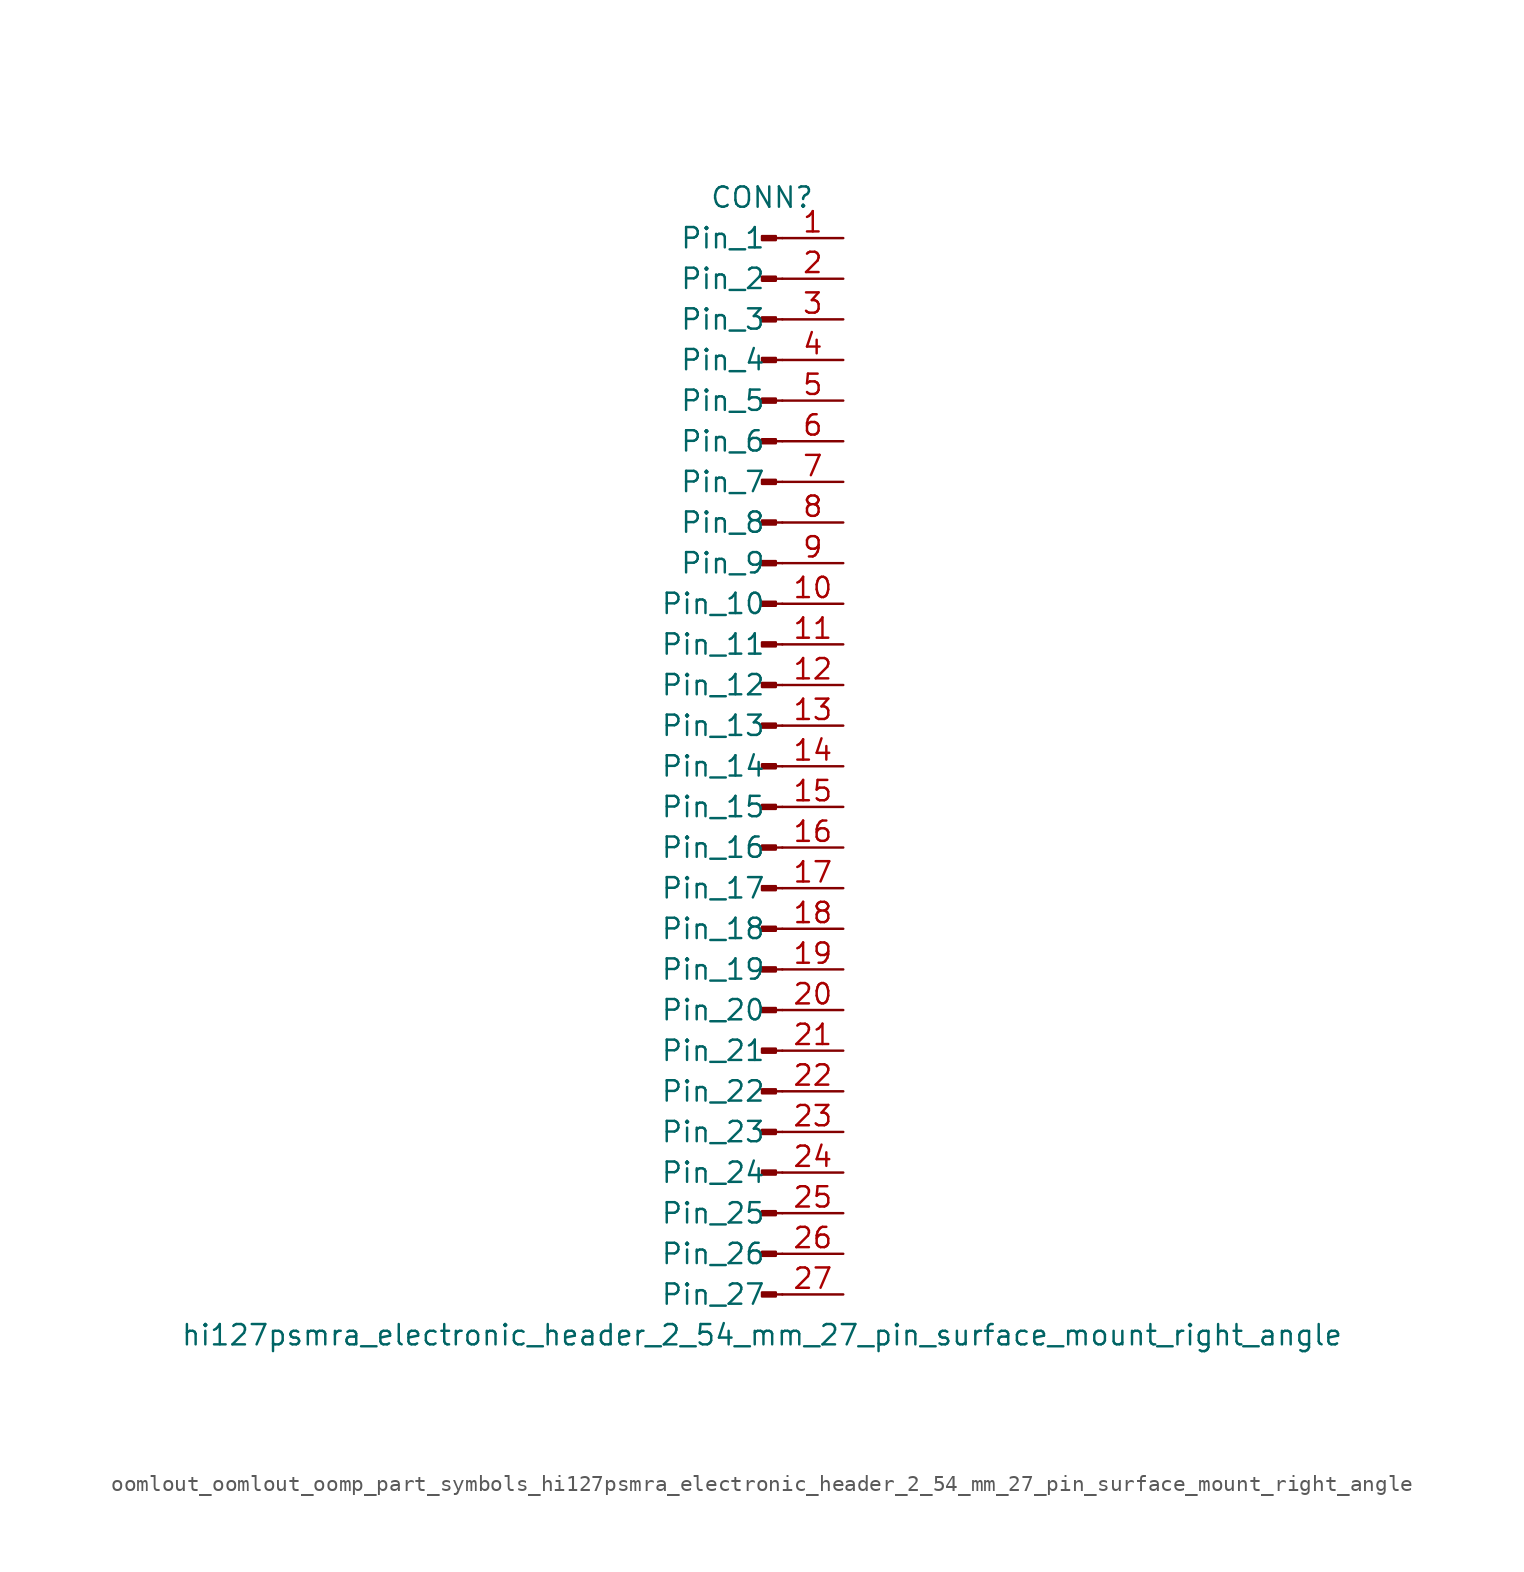
<source format=kicad_sym>
(kicad_symbol_lib
  (version 20220914)
  (generator kicad_symbol_editor)
  (symbol "oomlout_oomlout_oomp_part_symbols_hi127psmra_electronic_header_2_54_mm_27_pin_surface_mount_right_angle"
    (pin_names
      (offset 1.016))
    (property "Reference" "CONN"
      (at 0 35.56 0)
      (effects (font (size 1.27 1.27))))
    (property "Value" "hi127psmra_electronic_header_2_54_mm_27_pin_surface_mount_right_angle"
      (at 0 -35.56 0)
      (effects (font (size 1.27 1.27))))
    (property "ki_locked" ""
      (at 0 0 0)
      (effects (font (size 1.27 1.27))))
    (symbol "oomlout_oomlout_oomp_part_symbols_hi127psmra_electronic_header_2_54_mm_27_pin_surface_mount_right_angle_1_1"
      (polyline (pts (xy 1.27 -33.02) (xy 0.864 -33.02)) (stroke (width 0.152) (type default)) (fill (type none)))
      (polyline (pts (xy 1.27 -30.48) (xy 0.864 -30.48)) (stroke (width 0.152) (type default)) (fill (type none)))
      (polyline (pts (xy 1.27 -27.94) (xy 0.864 -27.94)) (stroke (width 0.152) (type default)) (fill (type none)))
      (polyline (pts (xy 1.27 -25.4) (xy 0.864 -25.4)) (stroke (width 0.152) (type default)) (fill (type none)))
      (polyline (pts (xy 1.27 -22.86) (xy 0.864 -22.86)) (stroke (width 0.152) (type default)) (fill (type none)))
      (polyline (pts (xy 1.27 -20.32) (xy 0.864 -20.32)) (stroke (width 0.152) (type default)) (fill (type none)))
      (polyline (pts (xy 1.27 -17.78) (xy 0.864 -17.78)) (stroke (width 0.152) (type default)) (fill (type none)))
      (polyline (pts (xy 1.27 -15.24) (xy 0.864 -15.24)) (stroke (width 0.152) (type default)) (fill (type none)))
      (polyline (pts (xy 1.27 -12.7) (xy 0.864 -12.7)) (stroke (width 0.152) (type default)) (fill (type none)))
      (polyline (pts (xy 1.27 -10.16) (xy 0.864 -10.16)) (stroke (width 0.152) (type default)) (fill (type none)))
      (polyline (pts (xy 1.27 -7.62) (xy 0.864 -7.62)) (stroke (width 0.152) (type default)) (fill (type none)))
      (polyline (pts (xy 1.27 -5.08) (xy 0.864 -5.08)) (stroke (width 0.152) (type default)) (fill (type none)))
      (polyline (pts (xy 1.27 -2.54) (xy 0.864 -2.54)) (stroke (width 0.152) (type default)) (fill (type none)))
      (polyline (pts (xy 1.27 0) (xy 0.864 0)) (stroke (width 0.152) (type default)) (fill (type none)))
      (polyline (pts (xy 1.27 2.54) (xy 0.864 2.54)) (stroke (width 0.152) (type default)) (fill (type none)))
      (polyline (pts (xy 1.27 5.08) (xy 0.864 5.08)) (stroke (width 0.152) (type default)) (fill (type none)))
      (polyline (pts (xy 1.27 7.62) (xy 0.864 7.62)) (stroke (width 0.152) (type default)) (fill (type none)))
      (polyline (pts (xy 1.27 10.16) (xy 0.864 10.16)) (stroke (width 0.152) (type default)) (fill (type none)))
      (polyline (pts (xy 1.27 12.7) (xy 0.864 12.7)) (stroke (width 0.152) (type default)) (fill (type none)))
      (polyline (pts (xy 1.27 15.24) (xy 0.864 15.24)) (stroke (width 0.152) (type default)) (fill (type none)))
      (polyline (pts (xy 1.27 17.78) (xy 0.864 17.78)) (stroke (width 0.152) (type default)) (fill (type none)))
      (polyline (pts (xy 1.27 20.32) (xy 0.864 20.32)) (stroke (width 0.152) (type default)) (fill (type none)))
      (polyline (pts (xy 1.27 22.86) (xy 0.864 22.86)) (stroke (width 0.152) (type default)) (fill (type none)))
      (polyline (pts (xy 1.27 25.4) (xy 0.864 25.4)) (stroke (width 0.152) (type default)) (fill (type none)))
      (polyline (pts (xy 1.27 27.94) (xy 0.864 27.94)) (stroke (width 0.152) (type default)) (fill (type none)))
      (polyline (pts (xy 1.27 30.48) (xy 0.864 30.48)) (stroke (width 0.152) (type default)) (fill (type none)))
      (polyline (pts (xy 1.27 33.02) (xy 0.864 33.02)) (stroke (width 0.152) (type default)) (fill (type none)))
      (rectangle (start 0.864 -32.893) (end 0 -33.147) (stroke (width 0.152) (type default)) (fill (type outline)))
      (rectangle (start 0.864 -30.353) (end 0 -30.607) (stroke (width 0.152) (type default)) (fill (type outline)))
      (rectangle (start 0.864 -27.813) (end 0 -28.067) (stroke (width 0.152) (type default)) (fill (type outline)))
      (rectangle (start 0.864 -25.273) (end 0 -25.527) (stroke (width 0.152) (type default)) (fill (type outline)))
      (rectangle (start 0.864 -22.733) (end 0 -22.987) (stroke (width 0.152) (type default)) (fill (type outline)))
      (rectangle (start 0.864 -20.193) (end 0 -20.447) (stroke (width 0.152) (type default)) (fill (type outline)))
      (rectangle (start 0.864 -17.653) (end 0 -17.907) (stroke (width 0.152) (type default)) (fill (type outline)))
      (rectangle (start 0.864 -15.113) (end 0 -15.367) (stroke (width 0.152) (type default)) (fill (type outline)))
      (rectangle (start 0.864 -12.573) (end 0 -12.827) (stroke (width 0.152) (type default)) (fill (type outline)))
      (rectangle (start 0.864 -10.033) (end 0 -10.287) (stroke (width 0.152) (type default)) (fill (type outline)))
      (rectangle (start 0.864 -7.493) (end 0 -7.747) (stroke (width 0.152) (type default)) (fill (type outline)))
      (rectangle (start 0.864 -4.953) (end 0 -5.207) (stroke (width 0.152) (type default)) (fill (type outline)))
      (rectangle (start 0.864 -2.413) (end 0 -2.667) (stroke (width 0.152) (type default)) (fill (type outline)))
      (rectangle (start 0.864 0.127) (end 0 -0.127) (stroke (width 0.152) (type default)) (fill (type outline)))
      (rectangle (start 0.864 2.667) (end 0 2.413) (stroke (width 0.152) (type default)) (fill (type outline)))
      (rectangle (start 0.864 5.207) (end 0 4.953) (stroke (width 0.152) (type default)) (fill (type outline)))
      (rectangle (start 0.864 7.747) (end 0 7.493) (stroke (width 0.152) (type default)) (fill (type outline)))
      (rectangle (start 0.864 10.287) (end 0 10.033) (stroke (width 0.152) (type default)) (fill (type outline)))
      (rectangle (start 0.864 12.827) (end 0 12.573) (stroke (width 0.152) (type default)) (fill (type outline)))
      (rectangle (start 0.864 15.367) (end 0 15.113) (stroke (width 0.152) (type default)) (fill (type outline)))
      (rectangle (start 0.864 17.907) (end 0 17.653) (stroke (width 0.152) (type default)) (fill (type outline)))
      (rectangle (start 0.864 20.447) (end 0 20.193) (stroke (width 0.152) (type default)) (fill (type outline)))
      (rectangle (start 0.864 22.987) (end 0 22.733) (stroke (width 0.152) (type default)) (fill (type outline)))
      (rectangle (start 0.864 25.527) (end 0 25.273) (stroke (width 0.152) (type default)) (fill (type outline)))
      (rectangle (start 0.864 28.067) (end 0 27.813) (stroke (width 0.152) (type default)) (fill (type outline)))
      (rectangle (start 0.864 30.607) (end 0 30.353) (stroke (width 0.152) (type default)) (fill (type outline)))
      (rectangle (start 0.864 33.147) (end 0 32.893) (stroke (width 0.152) (type default)) (fill (type outline)))
      (pin passive line (at 5.08 33.02 180) (length 3.81) (name "Pin_1" (effects (font (size 1.27 1.27)))) (number "1" (effects (font (size 1.27 1.27)))))
      (pin passive line (at 5.08 10.16 180) (length 3.81) (name "Pin_10" (effects (font (size 1.27 1.27)))) (number "10" (effects (font (size 1.27 1.27)))))
      (pin passive line (at 5.08 7.62 180) (length 3.81) (name "Pin_11" (effects (font (size 1.27 1.27)))) (number "11" (effects (font (size 1.27 1.27)))))
      (pin passive line (at 5.08 5.08 180) (length 3.81) (name "Pin_12" (effects (font (size 1.27 1.27)))) (number "12" (effects (font (size 1.27 1.27)))))
      (pin passive line (at 5.08 2.54 180) (length 3.81) (name "Pin_13" (effects (font (size 1.27 1.27)))) (number "13" (effects (font (size 1.27 1.27)))))
      (pin passive line (at 5.08 0 180) (length 3.81) (name "Pin_14" (effects (font (size 1.27 1.27)))) (number "14" (effects (font (size 1.27 1.27)))))
      (pin passive line (at 5.08 -2.54 180) (length 3.81) (name "Pin_15" (effects (font (size 1.27 1.27)))) (number "15" (effects (font (size 1.27 1.27)))))
      (pin passive line (at 5.08 -5.08 180) (length 3.81) (name "Pin_16" (effects (font (size 1.27 1.27)))) (number "16" (effects (font (size 1.27 1.27)))))
      (pin passive line (at 5.08 -7.62 180) (length 3.81) (name "Pin_17" (effects (font (size 1.27 1.27)))) (number "17" (effects (font (size 1.27 1.27)))))
      (pin passive line (at 5.08 -10.16 180) (length 3.81) (name "Pin_18" (effects (font (size 1.27 1.27)))) (number "18" (effects (font (size 1.27 1.27)))))
      (pin passive line (at 5.08 -12.7 180) (length 3.81) (name "Pin_19" (effects (font (size 1.27 1.27)))) (number "19" (effects (font (size 1.27 1.27)))))
      (pin passive line (at 5.08 30.48 180) (length 3.81) (name "Pin_2" (effects (font (size 1.27 1.27)))) (number "2" (effects (font (size 1.27 1.27)))))
      (pin passive line (at 5.08 -15.24 180) (length 3.81) (name "Pin_20" (effects (font (size 1.27 1.27)))) (number "20" (effects (font (size 1.27 1.27)))))
      (pin passive line (at 5.08 -17.78 180) (length 3.81) (name "Pin_21" (effects (font (size 1.27 1.27)))) (number "21" (effects (font (size 1.27 1.27)))))
      (pin passive line (at 5.08 -20.32 180) (length 3.81) (name "Pin_22" (effects (font (size 1.27 1.27)))) (number "22" (effects (font (size 1.27 1.27)))))
      (pin passive line (at 5.08 -22.86 180) (length 3.81) (name "Pin_23" (effects (font (size 1.27 1.27)))) (number "23" (effects (font (size 1.27 1.27)))))
      (pin passive line (at 5.08 -25.4 180) (length 3.81) (name "Pin_24" (effects (font (size 1.27 1.27)))) (number "24" (effects (font (size 1.27 1.27)))))
      (pin passive line (at 5.08 -27.94 180) (length 3.81) (name "Pin_25" (effects (font (size 1.27 1.27)))) (number "25" (effects (font (size 1.27 1.27)))))
      (pin passive line (at 5.08 -30.48 180) (length 3.81) (name "Pin_26" (effects (font (size 1.27 1.27)))) (number "26" (effects (font (size 1.27 1.27)))))
      (pin passive line (at 5.08 -33.02 180) (length 3.81) (name "Pin_27" (effects (font (size 1.27 1.27)))) (number "27" (effects (font (size 1.27 1.27)))))
      (pin passive line (at 5.08 27.94 180) (length 3.81) (name "Pin_3" (effects (font (size 1.27 1.27)))) (number "3" (effects (font (size 1.27 1.27)))))
      (pin passive line (at 5.08 25.4 180) (length 3.81) (name "Pin_4" (effects (font (size 1.27 1.27)))) (number "4" (effects (font (size 1.27 1.27)))))
      (pin passive line (at 5.08 22.86 180) (length 3.81) (name "Pin_5" (effects (font (size 1.27 1.27)))) (number "5" (effects (font (size 1.27 1.27)))))
      (pin passive line (at 5.08 20.32 180) (length 3.81) (name "Pin_6" (effects (font (size 1.27 1.27)))) (number "6" (effects (font (size 1.27 1.27)))))
      (pin passive line (at 5.08 17.78 180) (length 3.81) (name "Pin_7" (effects (font (size 1.27 1.27)))) (number "7" (effects (font (size 1.27 1.27)))))
      (pin passive line (at 5.08 15.24 180) (length 3.81) (name "Pin_8" (effects (font (size 1.27 1.27)))) (number "8" (effects (font (size 1.27 1.27)))))
      (pin passive line (at 5.08 12.7 180) (length 3.81) (name "Pin_9" (effects (font (size 1.27 1.27)))) (number "9" (effects (font (size 1.27 1.27))))))))
</source>
